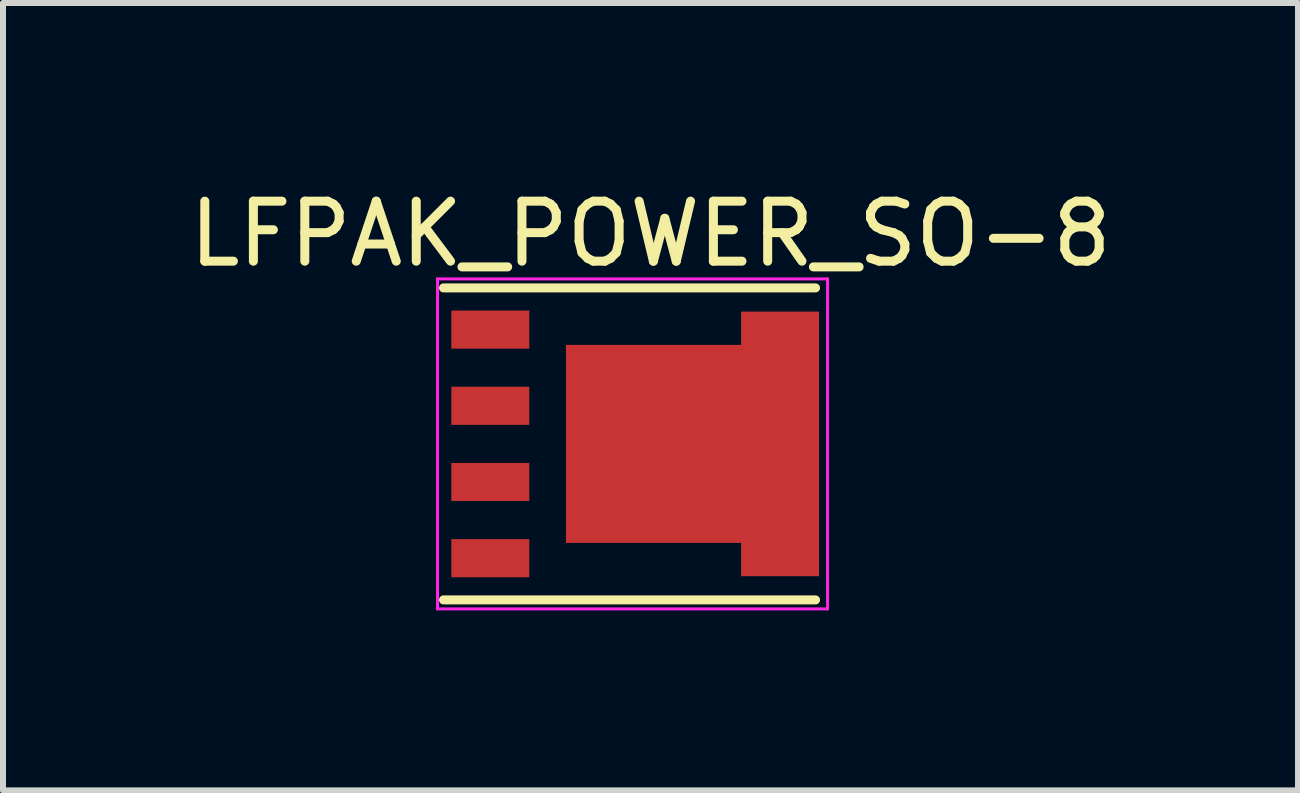
<source format=kicad_pcb>
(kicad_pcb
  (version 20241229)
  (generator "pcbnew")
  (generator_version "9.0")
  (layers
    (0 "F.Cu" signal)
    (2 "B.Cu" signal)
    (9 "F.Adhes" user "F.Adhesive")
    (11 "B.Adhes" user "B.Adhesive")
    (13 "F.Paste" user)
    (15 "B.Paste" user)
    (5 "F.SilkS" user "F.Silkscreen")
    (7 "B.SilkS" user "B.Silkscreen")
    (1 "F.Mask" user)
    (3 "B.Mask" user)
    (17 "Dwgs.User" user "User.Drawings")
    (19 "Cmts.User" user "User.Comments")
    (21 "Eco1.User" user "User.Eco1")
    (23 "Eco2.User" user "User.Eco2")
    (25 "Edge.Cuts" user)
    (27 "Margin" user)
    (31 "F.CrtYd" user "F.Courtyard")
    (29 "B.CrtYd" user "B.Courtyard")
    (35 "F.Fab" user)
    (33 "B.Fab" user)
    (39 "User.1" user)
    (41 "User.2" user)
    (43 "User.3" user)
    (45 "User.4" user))
  (footprint "LFPAK_POWER_SO-8"
    (layer "F.Cu")
    (at 7.792 4.348)
    (property "Reference" "LFPAK_POWER_SO-8" (at 0 -3.5 0) (layer "F.SilkS") (effects (font (size 1 1) (thickness 0.15))))
    (attr smd)
    (fp_line (start -3.45 -2.6) (end 2.75 -2.6) (stroke (width 0.15) (type solid)) (layer "F.SilkS"))
    (fp_line (start -3.45 2.6) (end 2.75 2.6) (stroke (width 0.15) (type solid)) (layer "F.SilkS"))
    (fp_line (start -3.55 -2.75) (end -3.55 2.75) (stroke (width 0.05) (type solid)) (layer "F.CrtYd"))
    (fp_line (start -3.55 -2.75) (end 2.95 -2.75) (stroke (width 0.05) (type solid)) (layer "F.CrtYd"))
    (fp_line (start -3.55 2.75) (end 2.95 2.75) (stroke (width 0.05) (type solid)) (layer "F.CrtYd"))
    (fp_line (start 2.95 -2.75) (end 2.95 2.75) (stroke (width 0.05) (type solid)) (layer "F.CrtYd"))
    (pad "1" smd rect (at 0.69 0) (size 4.2 3.3) (layers "F.Cu" "F.Mask" "F.Paste"))
    (pad "1" smd rect (at 2.159 0) (size 1.3 4.41) (layers "F.Cu" "F.Mask" "F.Paste"))
    (pad "2" smd rect (at -2.67 1.905) (size 1.3 0.635) (layers "F.Cu" "F.Mask" "F.Paste"))
    (pad "3" smd rect (at -2.67 -1.905) (size 1.3 0.635) (layers "F.Cu" "F.Mask" "F.Paste"))
    (pad "3" smd rect (at -2.67 -0.635) (size 1.3 0.635) (layers "F.Cu" "F.Mask" "F.Paste"))
    (pad "3" smd rect (at -2.67 0.635) (size 1.3 0.635) (layers "F.Cu" "F.Mask" "F.Paste")))
  (gr_rect
    (start -3 -3)
    (end 18.583 10.123)
    (stroke (width 0.1) (type default))
    (fill no)
    (layer "Edge.Cuts")))
</source>
